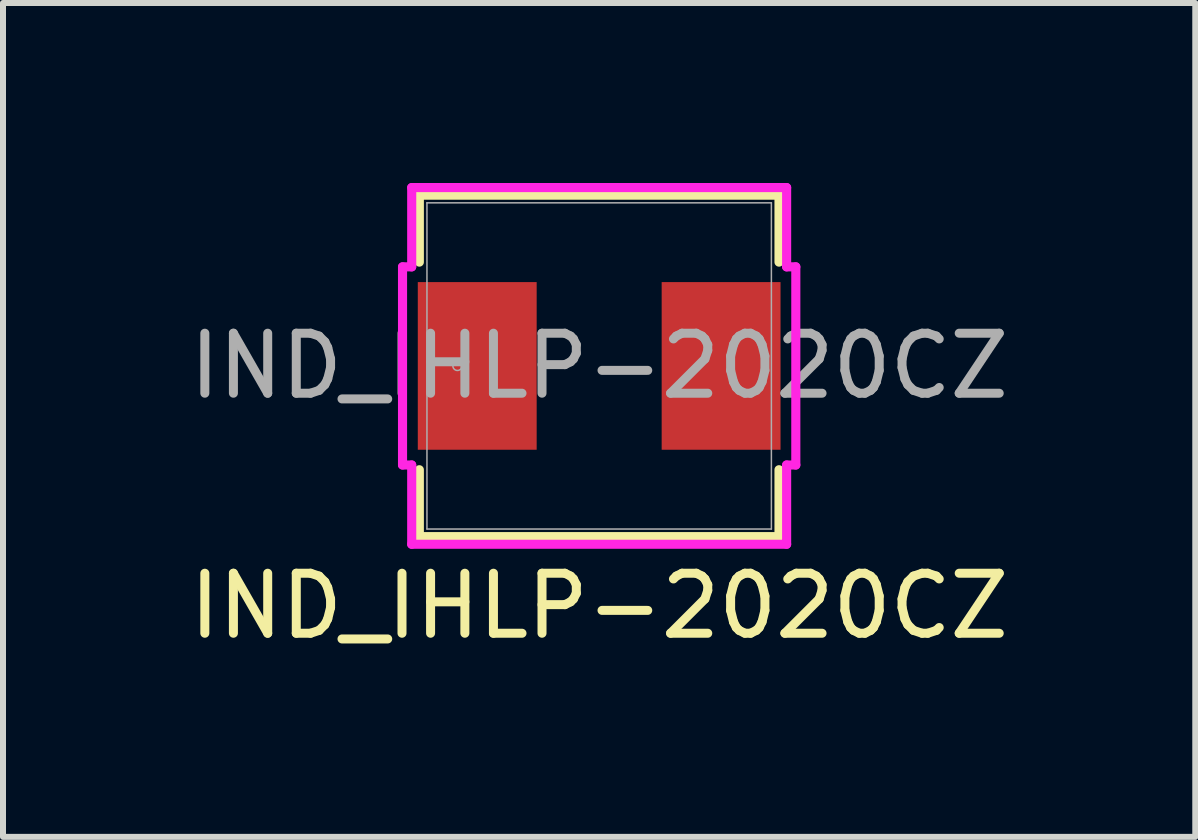
<source format=kicad_pcb>
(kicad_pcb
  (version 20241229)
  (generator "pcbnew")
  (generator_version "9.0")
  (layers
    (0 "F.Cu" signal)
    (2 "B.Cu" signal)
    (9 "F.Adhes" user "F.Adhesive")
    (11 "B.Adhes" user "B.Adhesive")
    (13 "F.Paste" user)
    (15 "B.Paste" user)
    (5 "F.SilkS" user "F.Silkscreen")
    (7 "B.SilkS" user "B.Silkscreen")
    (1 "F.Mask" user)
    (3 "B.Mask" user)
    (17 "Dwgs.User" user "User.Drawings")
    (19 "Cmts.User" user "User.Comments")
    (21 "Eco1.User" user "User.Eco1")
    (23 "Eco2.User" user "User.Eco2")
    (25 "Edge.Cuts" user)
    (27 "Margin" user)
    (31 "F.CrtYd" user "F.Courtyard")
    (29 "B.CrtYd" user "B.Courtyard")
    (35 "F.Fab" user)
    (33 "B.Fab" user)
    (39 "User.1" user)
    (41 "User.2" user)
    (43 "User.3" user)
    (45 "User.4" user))
  (footprint "IND_IHLP-2020CZ"
    (layer "F.Cu")
    (at 6.935 3.048)
    (property "Reference" "IND_IHLP-2020CZ" (at 0 4 0) (unlocked yes) (layer "F.SilkS") (effects (font (size 1 1) (thickness 0.15))))
    (attr smd)
    (fp_line (start -2.997 -2.845) (end -2.997 -1.73) (stroke (width 0.152) (type solid)) (layer "F.SilkS"))
    (fp_line (start -2.997 1.73) (end -2.997 2.845) (stroke (width 0.152) (type solid)) (layer "F.SilkS"))
    (fp_line (start -2.997 2.845) (end 2.997 2.845) (stroke (width 0.152) (type solid)) (layer "F.SilkS"))
    (fp_line (start 2.997 -2.845) (end -2.997 -2.845) (stroke (width 0.152) (type solid)) (layer "F.SilkS"))
    (fp_line (start 2.997 -1.73) (end 2.997 -2.845) (stroke (width 0.152) (type solid)) (layer "F.SilkS"))
    (fp_line (start 2.997 2.845) (end 2.997 1.73) (stroke (width 0.152) (type solid)) (layer "F.SilkS"))
    (fp_line (start -3.277 -1.651) (end -3.124 -1.651) (stroke (width 0.152) (type solid)) (layer "F.CrtYd"))
    (fp_line (start -3.277 1.651) (end -3.277 -1.651) (stroke (width 0.152) (type solid)) (layer "F.CrtYd"))
    (fp_line (start -3.124 -2.972) (end 3.124 -2.972) (stroke (width 0.152) (type solid)) (layer "F.CrtYd"))
    (fp_line (start -3.124 -1.651) (end -3.124 -2.972) (stroke (width 0.152) (type solid)) (layer "F.CrtYd"))
    (fp_line (start -3.124 1.651) (end -3.277 1.651) (stroke (width 0.152) (type solid)) (layer "F.CrtYd"))
    (fp_line (start -3.124 2.972) (end -3.124 1.651) (stroke (width 0.152) (type solid)) (layer "F.CrtYd"))
    (fp_line (start 3.124 -2.972) (end 3.124 -1.651) (stroke (width 0.152) (type solid)) (layer "F.CrtYd"))
    (fp_line (start 3.124 -1.651) (end 3.277 -1.651) (stroke (width 0.152) (type solid)) (layer "F.CrtYd"))
    (fp_line (start 3.124 1.651) (end 3.124 2.972) (stroke (width 0.152) (type solid)) (layer "F.CrtYd"))
    (fp_line (start 3.124 2.972) (end -3.124 2.972) (stroke (width 0.152) (type solid)) (layer "F.CrtYd"))
    (fp_line (start 3.277 -1.651) (end 3.277 1.651) (stroke (width 0.152) (type solid)) (layer "F.CrtYd"))
    (fp_line (start 3.277 1.651) (end 3.124 1.651) (stroke (width 0.152) (type solid)) (layer "F.CrtYd"))
    (fp_line (start -2.87 -2.718) (end -2.87 2.718) (stroke (width 0.025) (type solid)) (layer "F.Fab"))
    (fp_line (start -2.87 2.718) (end 2.87 2.718) (stroke (width 0.025) (type solid)) (layer "F.Fab"))
    (fp_line (start 2.87 -2.718) (end -2.87 -2.718) (stroke (width 0.025) (type solid)) (layer "F.Fab"))
    (fp_line (start 2.87 2.718) (end 2.87 -2.718) (stroke (width 0.025) (type solid)) (layer "F.Fab"))
    (fp_circle (center -2.362 0) (end -2.286 0) (stroke (width 0.025) (type solid)) (fill no) (layer "F.Fab"))
    (fp_text user "${REFERENCE}" (at 0 0 0) (unlocked yes) (layer "F.Fab") (effects (font (size 1 1) (thickness 0.15))))
    (pad "1" smd rect (at -2.032 0 90) (size 2.794 1.981) (layers "F.Cu" "F.Mask" "F.Paste"))
    (pad "2" smd rect (at 2.032 0 90) (size 2.794 1.981) (layers "F.Cu" "F.Mask" "F.Paste"))
    (zone (net_name "") (layer "F.Cu") (hatch full 0.508) (connect_pads) (min_thickness 0.254) (filled_areas_thickness no) (keepout (tracks not_allowed) (vias not_allowed) (pads allowed) (copperpour not_allowed) (footprints allowed)) (placement (enabled no)) (fill) (polygon (pts (xy 4.115 4.496) (xy 9.754 4.496) (xy 8.935 5.715) (xy 4.935 5.715))))
    (zone (net_name "") (layer "F.Cu") (hatch full 0.508) (connect_pads) (min_thickness 0.254) (filled_areas_thickness no) (keepout (tracks not_allowed) (vias not_allowed) (pads allowed) (copperpour not_allowed) (footprints allowed)) (placement (enabled no)) (fill) (polygon (pts (xy 4.96 0.381) (xy 8.935 0.381) (xy 9.754 1.6) (xy 4.115 1.6))))
    (zone (net_name "") (layer "F.Cu") (hatch full 0.508) (connect_pads) (min_thickness 0.254) (filled_areas_thickness no) (keepout (tracks not_allowed) (vias not_allowed) (pads allowed) (copperpour not_allowed) (footprints allowed)) (placement (enabled no)) (fill) (polygon (pts (xy 5.944 1.6) (xy 7.925 1.6) (xy 7.925 4.496) (xy 5.944 4.496)))))
  (gr_rect
    (start -3 -3)
    (end 16.869 10.896)
    (stroke (width 0.1) (type default))
    (fill no)
    (layer "Edge.Cuts")))
</source>
